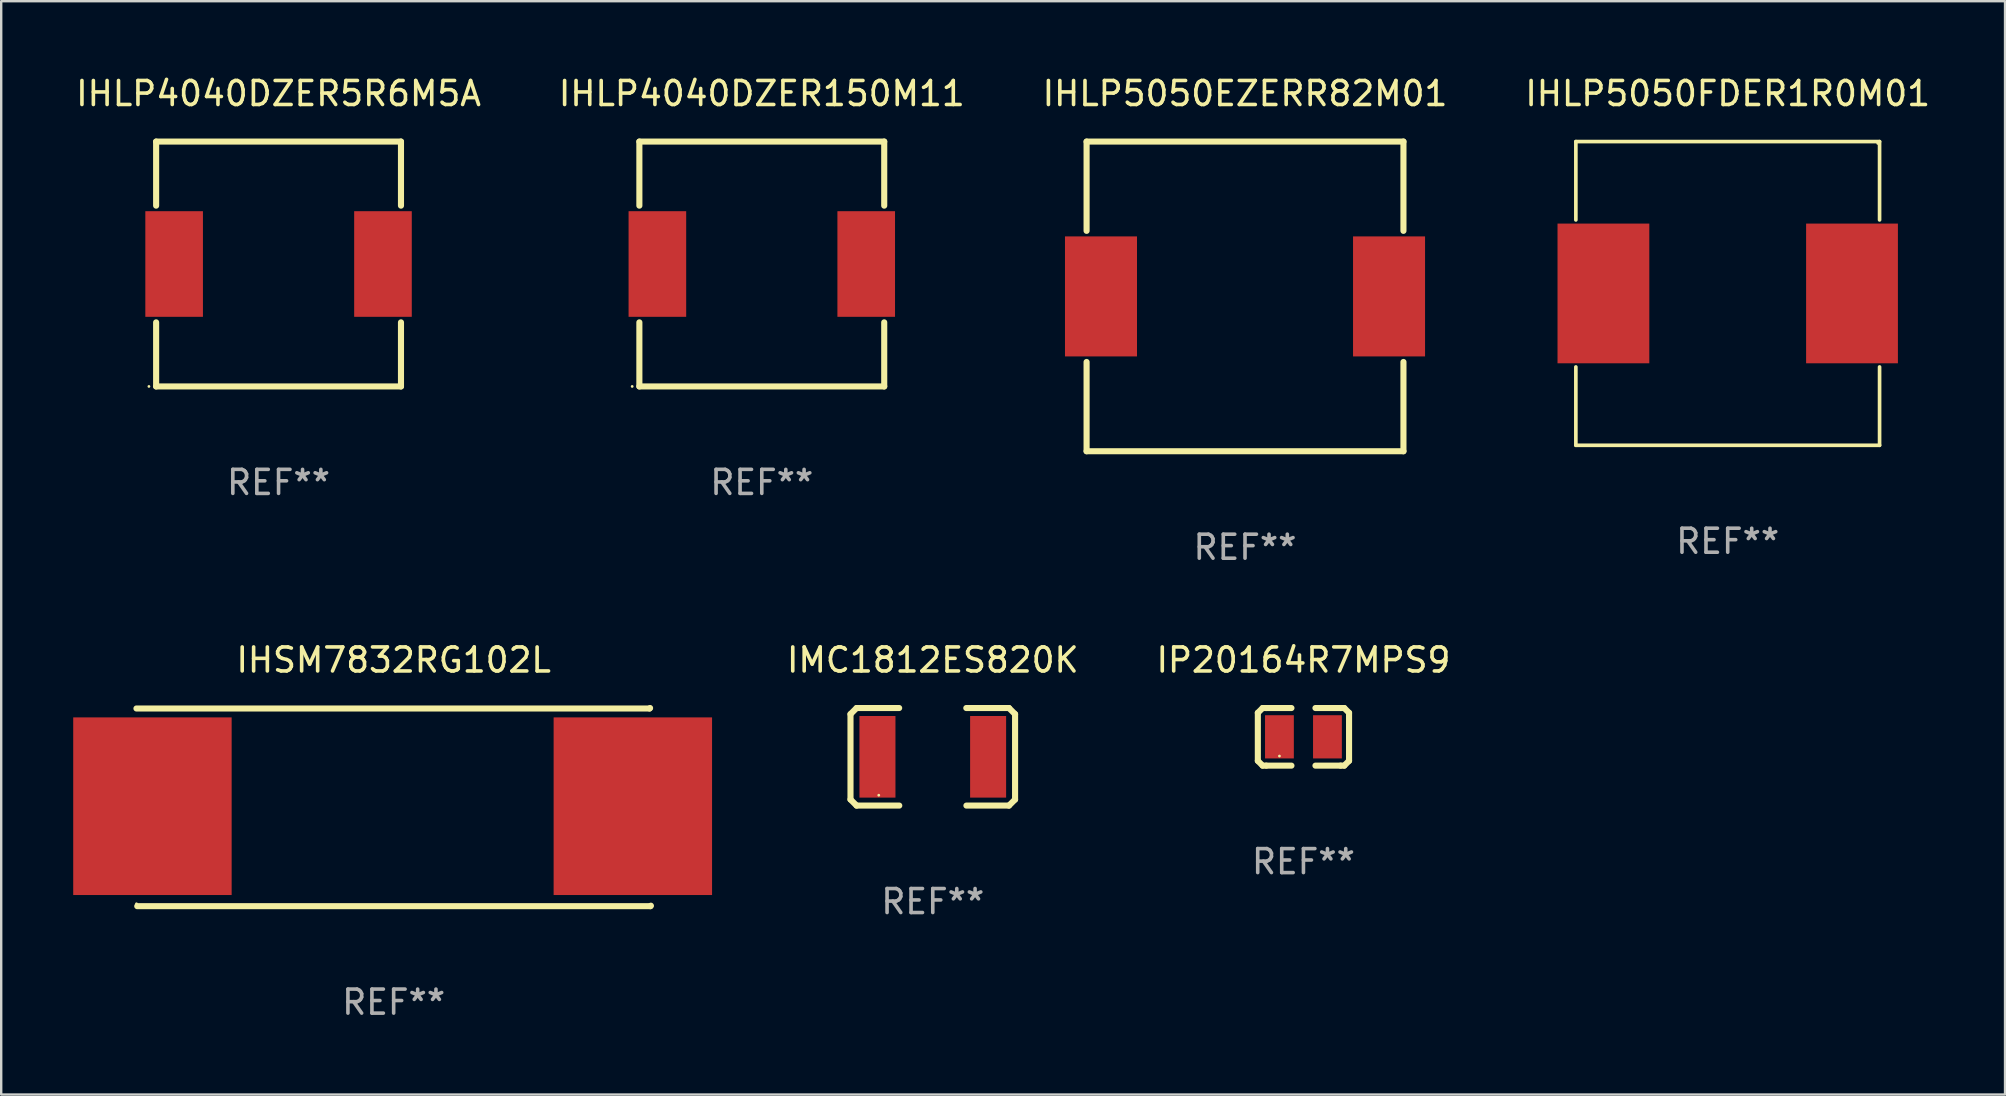
<source format=kicad_pcb>
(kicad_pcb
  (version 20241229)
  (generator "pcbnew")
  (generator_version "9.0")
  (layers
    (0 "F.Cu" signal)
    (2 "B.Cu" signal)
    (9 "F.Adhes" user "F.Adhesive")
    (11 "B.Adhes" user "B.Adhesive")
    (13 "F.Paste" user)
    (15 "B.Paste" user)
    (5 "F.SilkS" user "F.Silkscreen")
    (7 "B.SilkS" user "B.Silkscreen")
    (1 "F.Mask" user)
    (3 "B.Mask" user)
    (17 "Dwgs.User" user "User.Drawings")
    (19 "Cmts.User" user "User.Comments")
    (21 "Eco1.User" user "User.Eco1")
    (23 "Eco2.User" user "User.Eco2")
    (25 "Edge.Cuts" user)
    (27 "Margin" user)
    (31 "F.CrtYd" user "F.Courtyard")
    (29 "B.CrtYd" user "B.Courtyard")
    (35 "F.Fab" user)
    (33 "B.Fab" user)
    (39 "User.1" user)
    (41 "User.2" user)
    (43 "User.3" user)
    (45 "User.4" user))
  (footprint "IHLP5050FDER1R0M01"
    (layer "F.Cu")
    (at 68.923 9.174)
    (property "Reference" "IHLP5050FDER1R0M01" (at 0 -8.326 0) (layer "F.SilkS") (effects (font (size 1 1) (thickness 0.15))))
    (attr through_hole)
    (fp_line (start -6.326 -6.326) (end 6.326 -6.326) (stroke (width 0.152) (type solid)) (layer "F.SilkS"))
    (fp_line (start -6.326 -3.062) (end -6.326 -6.326) (stroke (width 0.152) (type solid)) (layer "F.SilkS"))
    (fp_line (start -6.326 3.062) (end -6.326 6.326) (stroke (width 0.152) (type solid)) (layer "F.SilkS"))
    (fp_line (start -6.326 6.326) (end 6.326 6.326) (stroke (width 0.152) (type solid)) (layer "F.SilkS"))
    (fp_line (start 6.326 -6.326) (end 6.326 -3.062) (stroke (width 0.152) (type solid)) (layer "F.SilkS"))
    (fp_line (start 6.326 6.326) (end 6.326 3.062) (stroke (width 0.152) (type solid)) (layer "F.SilkS"))
    (fp_circle (center 6.25 -6.25) (end 6.28 -6.25) (stroke (width 0.06) (type solid)) (fill no) (layer "F.SilkS"))
    (fp_text user "REF**" (at 0 10.326 0) (layer "F.Fab") (effects (font (size 1 1) (thickness 0.15))))
    (pad "1" smd rect (at 5.178 0) (size 3.824 5.82) (layers "F.Cu" "F.Mask" "F.Paste"))
    (pad "2" smd rect (at -5.178 0) (size 3.824 5.82) (layers "F.Cu" "F.Mask" "F.Paste")))
  (footprint "IP20164R7MPS9"
    (layer "F.Cu")
    (at 51.249 27.645)
    (property "Reference" "IP20164R7MPS9" (at 0 -3.2 0) (layer "F.SilkS") (effects (font (size 1 1) (thickness 0.15))))
    (attr through_hole)
    (fp_line (start -1.9 -1) (end -1.9 1) (stroke (width 0.254) (type solid)) (layer "F.SilkS"))
    (fp_line (start -1.7 -1.2) (end -1.9 -1) (stroke (width 0.254) (type solid)) (layer "F.SilkS"))
    (fp_line (start -1.7 1.2) (end -1.9 1) (stroke (width 0.254) (type solid)) (layer "F.SilkS"))
    (fp_line (start -1.55 -1.2) (end -1.7 -1.2) (stroke (width 0.254) (type solid)) (layer "F.SilkS"))
    (fp_line (start -1.55 1.2) (end -1.7 1.2) (stroke (width 0.254) (type solid)) (layer "F.SilkS"))
    (fp_line (start -0.5 -1.2) (end -1.55 -1.2) (stroke (width 0.254) (type solid)) (layer "F.SilkS"))
    (fp_line (start -0.5 1.2) (end -1.55 1.2) (stroke (width 0.254) (type solid)) (layer "F.SilkS"))
    (fp_line (start 0.5 -1.2) (end 1.55 -1.2) (stroke (width 0.254) (type solid)) (layer "F.SilkS"))
    (fp_line (start 0.5 1.2) (end 1.55 1.2) (stroke (width 0.254) (type solid)) (layer "F.SilkS"))
    (fp_line (start 1.55 -1.2) (end 1.7 -1.2) (stroke (width 0.254) (type solid)) (layer "F.SilkS"))
    (fp_line (start 1.55 1.2) (end 1.7 1.2) (stroke (width 0.254) (type solid)) (layer "F.SilkS"))
    (fp_line (start 1.7 -1.2) (end 1.9 -1) (stroke (width 0.254) (type solid)) (layer "F.SilkS"))
    (fp_line (start 1.7 1.2) (end 1.9 1) (stroke (width 0.254) (type solid)) (layer "F.SilkS"))
    (fp_line (start 1.9 -1) (end 1.9 1) (stroke (width 0.254) (type solid)) (layer "F.SilkS"))
    (fp_circle (center -1 0.8) (end -0.97 0.8) (stroke (width 0.06) (type solid)) (fill no) (layer "F.SilkS"))
    (fp_text user "REF**" (at 0 5.2 0) (layer "F.Fab") (effects (font (size 1 1) (thickness 0.15))))
    (pad "1" smd rect (at -1 0) (size 1.2 1.8) (layers "F.Cu" "F.Mask" "F.Paste"))
    (pad "2" smd rect (at 1 0) (size 1.2 1.8) (layers "F.Cu" "F.Mask" "F.Paste")))
  (footprint "IHLP4040DZER5R6M5A"
    (layer "F.Cu")
    (at 8.554 7.948)
    (property "Reference" "IHLP4040DZER5R6M5A" (at 0 -7.1 0) (layer "F.SilkS") (effects (font (size 1 1) (thickness 0.15))))
    (attr through_hole)
    (fp_line (start -5.1 -5.1) (end 5.1 -5.1) (stroke (width 0.254) (type solid)) (layer "F.SilkS"))
    (fp_line (start -5.1 -2.431) (end -5.1 -5.1) (stroke (width 0.254) (type solid)) (layer "F.SilkS"))
    (fp_line (start -5.1 5.1) (end -5.1 2.431) (stroke (width 0.254) (type solid)) (layer "F.SilkS"))
    (fp_line (start -5.1 5.1) (end 5.1 5.1) (stroke (width 0.254) (type solid)) (layer "F.SilkS"))
    (fp_line (start 5.1 -2.431) (end 5.1 -5.1) (stroke (width 0.254) (type solid)) (layer "F.SilkS"))
    (fp_line (start 5.1 5.1) (end 5.1 2.431) (stroke (width 0.254) (type solid)) (layer "F.SilkS"))
    (fp_circle (center -5.4 5.1) (end -5.37 5.1) (stroke (width 0.06) (type solid)) (fill no) (layer "F.SilkS"))
    (fp_text user "REF**" (at 0 9.1 0) (layer "F.Fab") (effects (font (size 1 1) (thickness 0.15))))
    (pad "1" smd rect (at -4.35 0.000025) (size 2.4 4.4) (layers "F.Cu" "F.Mask" "F.Paste"))
    (pad "2" smd rect (at 4.35 0.000025) (size 2.4 4.4) (layers "F.Cu" "F.Mask" "F.Paste")))
  (footprint "IHLP4040DZER150M11"
    (layer "F.Cu")
    (at 28.685 7.948)
    (property "Reference" "IHLP4040DZER150M11" (at 0 -7.1 0) (layer "F.SilkS") (effects (font (size 1 1) (thickness 0.15))))
    (attr through_hole)
    (fp_line (start -5.1 -5.1) (end 5.1 -5.1) (stroke (width 0.254) (type solid)) (layer "F.SilkS"))
    (fp_line (start -5.1 -2.431) (end -5.1 -5.1) (stroke (width 0.254) (type solid)) (layer "F.SilkS"))
    (fp_line (start -5.1 5.1) (end -5.1 2.431) (stroke (width 0.254) (type solid)) (layer "F.SilkS"))
    (fp_line (start -5.1 5.1) (end 5.1 5.1) (stroke (width 0.254) (type solid)) (layer "F.SilkS"))
    (fp_line (start 5.1 -2.431) (end 5.1 -5.1) (stroke (width 0.254) (type solid)) (layer "F.SilkS"))
    (fp_line (start 5.1 5.1) (end 5.1 2.431) (stroke (width 0.254) (type solid)) (layer "F.SilkS"))
    (fp_circle (center -5.4 5.1) (end -5.37 5.1) (stroke (width 0.06) (type solid)) (fill no) (layer "F.SilkS"))
    (fp_text user "REF**" (at 0 9.1 0) (layer "F.Fab") (effects (font (size 1 1) (thickness 0.15))))
    (pad "1" smd rect (at -4.35 0.000025) (size 2.4 4.4) (layers "F.Cu" "F.Mask" "F.Paste"))
    (pad "2" smd rect (at 4.35 0.000025) (size 2.4 4.4) (layers "F.Cu" "F.Mask" "F.Paste")))
  (footprint "IHSM7832RG102L"
    (layer "F.Cu")
    (at 13.349 30.572)
    (property "Reference" "IHSM7832RG102L" (at 0 -6.127 0) (layer "F.SilkS") (effects (font (size 1 1) (thickness 0.15))))
    (attr through_hole)
    (fp_line (start -10.715 -4.108) (end 10.662 -4.108) (stroke (width 0.254) (type solid)) (layer "F.SilkS"))
    (fp_line (start -10.682 4.127) (end 10.696 4.127) (stroke (width 0.254) (type solid)) (layer "F.SilkS"))
    (fp_line (start 10.662 -4.108) (end 10.682 -4.127) (stroke (width 0.254) (type solid)) (layer "F.SilkS"))
    (fp_line (start 10.696 4.127) (end 10.715 4.108) (stroke (width 0.254) (type solid)) (layer "F.SilkS"))
    (fp_circle (center -10.713 4.028) (end -10.683 4.028) (stroke (width 0.06) (type solid)) (fill no) (layer "F.SilkS"))
    (fp_text user "REF**" (at 0 8.127 0) (layer "F.Fab") (effects (font (size 1 1) (thickness 0.15))))
    (pad "1" smd rect (at -10.049 -0.037) (size 6.6 7.4) (layers "F.Cu" "F.Mask" "F.Paste"))
    (pad "2" smd rect (at 9.964 -0.037) (size 6.6 7.4) (layers "F.Cu" "F.Mask" "F.Paste")))
  (footprint "IMC1812ES820K"
    (layer "F.Cu")
    (at 35.808 28.477)
    (property "Reference" "IMC1812ES820K" (at 0 -4.032 0) (layer "F.SilkS") (effects (font (size 1 1) (thickness 0.15))))
    (attr through_hole)
    (fp_line (start -3.428 -1.778) (end -3.174 -2.032) (stroke (width 0.254) (type solid)) (layer "F.SilkS"))
    (fp_line (start -3.428 1.778) (end -3.428 -1.778) (stroke (width 0.254) (type solid)) (layer "F.SilkS"))
    (fp_line (start -3.174 -2.032) (end -1.401 -2.032) (stroke (width 0.254) (type solid)) (layer "F.SilkS"))
    (fp_line (start -3.174 2.032) (end -3.428 1.778) (stroke (width 0.254) (type solid)) (layer "F.SilkS"))
    (fp_line (start -1.396 2.032) (end -3.174 2.032) (stroke (width 0.254) (type solid)) (layer "F.SilkS"))
    (fp_line (start 1.396 -2.032) (end 3.174 -2.032) (stroke (width 0.254) (type solid)) (layer "F.SilkS"))
    (fp_line (start 3.174 -2.032) (end 3.428 -1.778) (stroke (width 0.254) (type solid)) (layer "F.SilkS"))
    (fp_line (start 3.174 2.032) (end 1.401 2.032) (stroke (width 0.254) (type solid)) (layer "F.SilkS"))
    (fp_line (start 3.428 -1.778) (end 3.428 1.778) (stroke (width 0.254) (type solid)) (layer "F.SilkS"))
    (fp_line (start 3.428 1.778) (end 3.174 2.032) (stroke (width 0.254) (type solid)) (layer "F.SilkS"))
    (fp_circle (center -2.25 1.6) (end -2.22 1.6) (stroke (width 0.06) (type solid)) (fill no) (layer "F.SilkS"))
    (fp_text user "REF**" (at 0 6.032 0) (layer "F.Fab") (effects (font (size 1 1) (thickness 0.15))))
    (pad "1" smd rect (at -2.305 0) (size 1.5 3.4) (layers "F.Cu" "F.Mask" "F.Paste"))
    (pad "2" smd rect (at 2.305 0) (size 1.5 3.4) (layers "F.Cu" "F.Mask" "F.Paste")))
  (footprint "IHLP5050EZERR82M01"
    (layer "F.Cu")
    (at 48.815 9.298)
    (property "Reference" "IHLP5050EZERR82M01" (at 0 -8.45 0) (layer "F.SilkS") (effects (font (size 1 1) (thickness 0.15))))
    (attr through_hole)
    (fp_line (start -6.6 -6.45) (end 6.6 -6.45) (stroke (width 0.254) (type solid)) (layer "F.SilkS"))
    (fp_line (start -6.6 -2.731) (end -6.6 -6.45) (stroke (width 0.254) (type solid)) (layer "F.SilkS"))
    (fp_line (start -6.6 6.45) (end -6.6 2.731) (stroke (width 0.254) (type solid)) (layer "F.SilkS"))
    (fp_line (start 6.6 -2.731) (end 6.6 -6.45) (stroke (width 0.254) (type solid)) (layer "F.SilkS"))
    (fp_line (start 6.6 6.45) (end -6.6 6.45) (stroke (width 0.254) (type solid)) (layer "F.SilkS"))
    (fp_line (start 6.6 6.45) (end 6.6 2.731) (stroke (width 0.254) (type solid)) (layer "F.SilkS"))
    (fp_circle (center -6.6 6.45) (end -6.57 6.45) (stroke (width 0.06) (type solid)) (fill no) (layer "F.SilkS"))
    (fp_text user "REF**" (at 0 10.45 0) (layer "F.Fab") (effects (font (size 1 1) (thickness 0.15))))
    (pad "1" smd rect (at -6 0) (size 3 5) (layers "F.Cu" "F.Mask" "F.Paste"))
    (pad "2" smd rect (at 6 0) (size 3 5) (layers "F.Cu" "F.Mask" "F.Paste")))
  (gr_rect
    (start -3 -3)
    (end 80.476 42.547)
    (stroke (width 0.1) (type default))
    (fill no)
    (layer "Edge.Cuts")))
</source>
